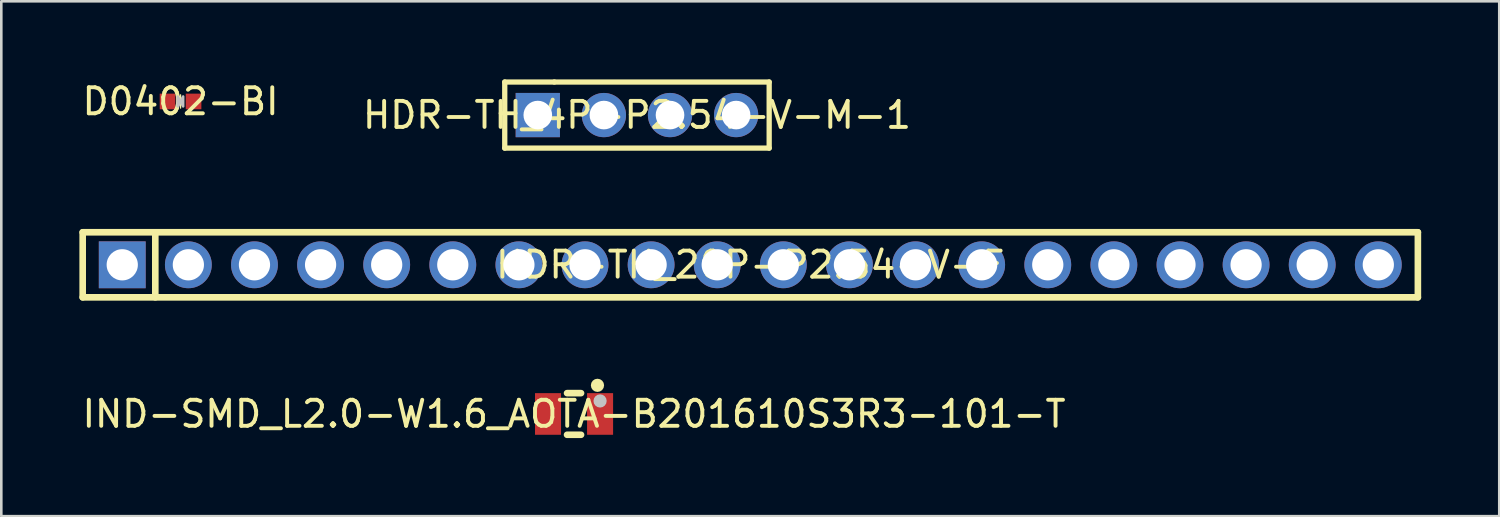
<source format=kicad_pcb>
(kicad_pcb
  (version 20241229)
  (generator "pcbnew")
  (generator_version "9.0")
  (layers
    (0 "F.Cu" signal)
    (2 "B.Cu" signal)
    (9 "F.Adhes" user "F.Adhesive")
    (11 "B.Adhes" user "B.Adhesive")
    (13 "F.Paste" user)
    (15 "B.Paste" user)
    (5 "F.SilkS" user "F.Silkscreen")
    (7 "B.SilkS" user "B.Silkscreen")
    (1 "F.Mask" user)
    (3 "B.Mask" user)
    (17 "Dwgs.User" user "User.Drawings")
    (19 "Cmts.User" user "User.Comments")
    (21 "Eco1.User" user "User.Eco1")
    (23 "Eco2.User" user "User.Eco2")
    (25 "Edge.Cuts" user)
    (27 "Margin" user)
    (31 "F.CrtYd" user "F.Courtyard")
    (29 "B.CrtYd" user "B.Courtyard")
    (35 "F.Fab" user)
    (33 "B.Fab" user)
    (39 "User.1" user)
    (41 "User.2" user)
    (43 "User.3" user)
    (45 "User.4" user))
  (footprint "IND-SMD_L2.0-W1.6_AOTA-B201610S3R3-101-T"
    (layer "F.Cu")
    (at 19.006 12.855)
    (property "Reference" "IND-SMD_L2.0-W1.6_AOTA-B201610S3R3-101-T" (at 0 0 0) (layer "F.SilkS") (effects (font (size 1 1) (thickness 0.15))))
    (fp_line (start -0.269 -0.8) (end 0.269 -0.8) (stroke (width 0.254) (type default)) (layer "F.SilkS"))
    (fp_line (start -0.269 0.8) (end 0.269 0.8) (stroke (width 0.254) (type default)) (layer "F.SilkS"))
    (fp_circle (center 0.9 -1.1) (end 1.027 -1.1) (stroke (width 0.254) (type default)) (fill no) (layer "F.SilkS"))
    (fp_circle (center 1 -0.5) (end 1.127 -0.5) (stroke (width 0.254) (type default)) (fill no) (layer "Dwgs.User"))
    (fp_poly (pts (xy -1 -0.8) (xy -0.4 -0.8) (xy -0.4 0.8) (xy -1 0.8)) (stroke (width 0.1) (type default)) (fill no) (layer "User.1"))
    (fp_poly (pts (xy 0.4 -0.8) (xy 1 -0.8) (xy 1 0.8) (xy 0.4 0.8)) (stroke (width 0.1) (type default)) (fill no) (layer "User.1"))
    (fp_line (start -1 -0.8) (end 1 -0.8) (stroke (width 0.051) (type default)) (layer "User.2"))
    (fp_line (start -1 0.8) (end -1 -0.8) (stroke (width 0.051) (type default)) (layer "User.2"))
    (fp_line (start 1 -0.8) (end 1 0.8) (stroke (width 0.051) (type default)) (layer "User.2"))
    (fp_line (start 1 0.8) (end -1 0.8) (stroke (width 0.051) (type default)) (layer "User.2"))
    (fp_poly (pts (xy -0.945 0.777) (xy -0.977 0.745) (xy -1.023 0.745) (xy -1.055 0.777) (xy -1.055 0.823) (xy -1.023 0.855) (xy -0.977 0.855) (xy -0.945 0.823)) (stroke (width 0.1) (type default)) (fill no) (layer "User.3"))
    (pad "1" smd rect (at -1 0) (size 1 1.6) (layers "F.Cu" "F.Mask" "F.Paste"))
    (pad "2" smd rect (at 1 0) (size 1 1.6) (layers "F.Cu" "F.Mask" "F.Paste")))
  (footprint "D0402-BI"
    (layer "F.Cu")
    (at 3.887 0.848)
    (property "Reference" "D0402-BI" (at 0 0 0) (layer "F.SilkS") (effects (font (size 1 1) (thickness 0.15))))
    (fp_line (start 0 -0.254) (end 0 0.254) (stroke (width 0.051) (type default)) (layer "F.SilkS"))
    (fp_poly (pts (xy 0 0) (xy 0.1 -0.19) (xy 0.1 0.19)) (stroke (width 0) (type default)) (fill yes) (layer "F.SilkS"))
    (fp_poly (pts (xy 0 0.01) (xy -0.11 0.19) (xy -0.11 0.01) (xy -0.11 -0.19)) (stroke (width 0) (type default)) (fill yes) (layer "F.SilkS"))
    (fp_poly (pts (xy -0.18 -0.225) (xy -0.18 0.226) (xy -0.25 0.276) (xy -0.73 0.276) (xy -0.78 0.226) (xy -0.78 -0.225) (xy -0.73 -0.275) (xy -0.25 -0.275)) (stroke (width 0) (type default)) (fill yes) (layer "F.Paste"))
    (fp_poly (pts (xy 0.78 -0.225) (xy 0.78 0.226) (xy 0.73 0.276) (xy 0.25 0.276) (xy 0.18 0.226) (xy 0.18 -0.225) (xy 0.25 -0.275) (xy 0.73 -0.275)) (stroke (width 0) (type default)) (fill yes) (layer "F.Paste"))
    (fp_poly (pts (xy 0 0) (xy 0.1 -0.19) (xy 0.1 0.19)) (stroke (width 0.1) (type default)) (fill no) (layer "Dwgs.User"))
    (fp_poly (pts (xy 0 0.01) (xy -0.11 0.19) (xy -0.11 0.01) (xy -0.11 -0.19)) (stroke (width 0.1) (type default)) (fill no) (layer "Dwgs.User"))
    (fp_poly (pts (xy -0.25 0.25) (xy -0.5 0.25) (xy -0.5 -0.25) (xy -0.25 -0.25)) (stroke (width 0.1) (type default)) (fill no) (layer "User.1"))
    (fp_poly (pts (xy 0.25 -0.25) (xy 0.5 -0.25) (xy 0.5 0.25) (xy 0.25 0.25)) (stroke (width 0.1) (type default)) (fill no) (layer "User.1"))
    (fp_line (start -0.5 -0.25) (end 0.5 -0.25) (stroke (width 0.051) (type default)) (layer "User.2"))
    (fp_line (start -0.5 0.25) (end -0.5 -0.25) (stroke (width 0.051) (type default)) (layer "User.2"))
    (fp_line (start 0.5 -0.25) (end 0.5 0.25) (stroke (width 0.051) (type default)) (layer "User.2"))
    (fp_line (start 0.5 0.25) (end -0.5 0.25) (stroke (width 0.051) (type default)) (layer "User.2"))
    (fp_poly (pts (xy -0.445 0.227) (xy -0.477 0.195) (xy -0.523 0.195) (xy -0.555 0.227) (xy -0.555 0.273) (xy -0.523 0.305) (xy -0.477 0.305) (xy -0.445 0.273)) (stroke (width 0.1) (type default)) (fill no) (layer "User.3"))
    (pad "1" smd rect (at -0.5 0) (size 0.6 0.6) (layers "F.Cu" "F.Mask" "F.Paste"))
    (pad "2" smd rect (at 0.5 0) (size 0.6 0.6) (layers "F.Cu" "F.Mask" "F.Paste")))
  (footprint "HDR-TH_20P-P2.54-V-F"
    (layer "F.Cu")
    (at 25.777 7.124)
    (property "Reference" "HDR-TH_20P-P2.54-V-F" (at 0 0 0) (layer "F.SilkS") (effects (font (size 1 1) (thickness 0.15))))
    (fp_line (start -25.65 -1.25) (end -25.65 1.25) (stroke (width 0.254) (type default)) (layer "F.SilkS"))
    (fp_line (start -25.65 1.25) (end 25.65 1.25) (stroke (width 0.254) (type default)) (layer "F.SilkS"))
    (fp_line (start -22.86 -1.25) (end -22.86 1.25) (stroke (width 0.254) (type default)) (layer "F.SilkS"))
    (fp_line (start 25.65 -1.25) (end -25.65 -1.25) (stroke (width 0.254) (type default)) (layer "F.SilkS"))
    (fp_line (start 25.65 1.25) (end 25.65 -1.25) (stroke (width 0.254) (type default)) (layer "F.SilkS"))
    (fp_poly (pts (xy -24.45 -0.2) (xy -23.81 -0.2) (xy -23.81 0.2) (xy -24.45 0.2)) (stroke (width 0.1) (type default)) (fill no) (layer "User.1"))
    (fp_poly (pts (xy -21.91 -0.2) (xy -21.27 -0.2) (xy -21.27 0.2) (xy -21.91 0.2)) (stroke (width 0.1) (type default)) (fill no) (layer "User.1"))
    (fp_poly (pts (xy -19.37 -0.2) (xy -18.73 -0.2) (xy -18.73 0.2) (xy -19.37 0.2)) (stroke (width 0.1) (type default)) (fill no) (layer "User.1"))
    (fp_poly (pts (xy -16.83 -0.2) (xy -16.19 -0.2) (xy -16.19 0.2) (xy -16.83 0.2)) (stroke (width 0.1) (type default)) (fill no) (layer "User.1"))
    (fp_poly (pts (xy -14.29 -0.2) (xy -13.65 -0.2) (xy -13.65 0.2) (xy -14.29 0.2)) (stroke (width 0.1) (type default)) (fill no) (layer "User.1"))
    (fp_poly (pts (xy -11.75 -0.2) (xy -11.11 -0.2) (xy -11.11 0.2) (xy -11.75 0.2)) (stroke (width 0.1) (type default)) (fill no) (layer "User.1"))
    (fp_poly (pts (xy -9.21 -0.2) (xy -8.57 -0.2) (xy -8.57 0.2) (xy -9.21 0.2)) (stroke (width 0.1) (type default)) (fill no) (layer "User.1"))
    (fp_poly (pts (xy -6.67 -0.2) (xy -6.03 -0.2) (xy -6.03 0.2) (xy -6.67 0.2)) (stroke (width 0.1) (type default)) (fill no) (layer "User.1"))
    (fp_poly (pts (xy -4.13 -0.2) (xy -3.49 -0.2) (xy -3.49 0.2) (xy -4.13 0.2)) (stroke (width 0.1) (type default)) (fill no) (layer "User.1"))
    (fp_poly (pts (xy -1.59 -0.2) (xy -0.95 -0.2) (xy -0.95 0.2) (xy -1.59 0.2)) (stroke (width 0.1) (type default)) (fill no) (layer "User.1"))
    (fp_poly (pts (xy 0.95 -0.2) (xy 1.59 -0.2) (xy 1.59 0.2) (xy 0.95 0.2)) (stroke (width 0.1) (type default)) (fill no) (layer "User.1"))
    (fp_poly (pts (xy 3.49 -0.2) (xy 4.13 -0.2) (xy 4.13 0.2) (xy 3.49 0.2)) (stroke (width 0.1) (type default)) (fill no) (layer "User.1"))
    (fp_poly (pts (xy 6.03 -0.2) (xy 6.67 -0.2) (xy 6.67 0.2) (xy 6.03 0.2)) (stroke (width 0.1) (type default)) (fill no) (layer "User.1"))
    (fp_poly (pts (xy 8.57 -0.2) (xy 9.21 -0.2) (xy 9.21 0.2) (xy 8.57 0.2)) (stroke (width 0.1) (type default)) (fill no) (layer "User.1"))
    (fp_poly (pts (xy 11.11 -0.2) (xy 11.75 -0.2) (xy 11.75 0.2) (xy 11.11 0.2)) (stroke (width 0.1) (type default)) (fill no) (layer "User.1"))
    (fp_poly (pts (xy 13.65 -0.2) (xy 14.29 -0.2) (xy 14.29 0.2) (xy 13.65 0.2)) (stroke (width 0.1) (type default)) (fill no) (layer "User.1"))
    (fp_poly (pts (xy 16.19 -0.2) (xy 16.83 -0.2) (xy 16.83 0.2) (xy 16.19 0.2)) (stroke (width 0.1) (type default)) (fill no) (layer "User.1"))
    (fp_poly (pts (xy 18.73 -0.2) (xy 19.37 -0.2) (xy 19.37 0.2) (xy 18.73 0.2)) (stroke (width 0.1) (type default)) (fill no) (layer "User.1"))
    (fp_poly (pts (xy 21.27 -0.2) (xy 21.91 -0.2) (xy 21.91 0.2) (xy 21.27 0.2)) (stroke (width 0.1) (type default)) (fill no) (layer "User.1"))
    (fp_poly (pts (xy 23.81 -0.2) (xy 24.45 -0.2) (xy 24.45 0.2) (xy 23.81 0.2)) (stroke (width 0.1) (type default)) (fill no) (layer "User.1"))
    (fp_line (start -25.65 -1.25) (end 25.65 -1.25) (stroke (width 0.051) (type default)) (layer "User.2"))
    (fp_line (start -25.65 1.25) (end -25.65 -1.25) (stroke (width 0.051) (type default)) (layer "User.2"))
    (fp_line (start 25.65 -1.25) (end 25.65 1.25) (stroke (width 0.051) (type default)) (layer "User.2"))
    (fp_line (start 25.65 1.25) (end -25.65 1.25) (stroke (width 0.051) (type default)) (layer "User.2"))
    (fp_poly (pts (xy -25.595 1.227) (xy -25.627 1.195) (xy -25.673 1.195) (xy -25.705 1.227) (xy -25.705 1.273) (xy -25.673 1.305) (xy -25.627 1.305) (xy -25.595 1.273)) (stroke (width 0.1) (type default)) (fill no) (layer "User.3"))
    (pad "1" thru_hole rect (at -24.13 0) (size 1.8 1.8) (drill 1.2) (layers "*.Cu" "*.Mask"))
    (pad "2" thru_hole circle (at -21.59 0) (size 1.8 1.8) (drill 1.2) (layers "*.Cu" "*.Mask"))
    (pad "3" thru_hole circle (at -19.05 0) (size 1.8 1.8) (drill 1.2) (layers "*.Cu" "*.Mask"))
    (pad "4" thru_hole circle (at -16.51 0) (size 1.8 1.8) (drill 1.2) (layers "*.Cu" "*.Mask"))
    (pad "5" thru_hole circle (at -13.97 0) (size 1.8 1.8) (drill 1.2) (layers "*.Cu" "*.Mask"))
    (pad "6" thru_hole circle (at -11.43 0) (size 1.8 1.8) (drill 1.2) (layers "*.Cu" "*.Mask"))
    (pad "7" thru_hole circle (at -8.89 0) (size 1.8 1.8) (drill 1.2) (layers "*.Cu" "*.Mask"))
    (pad "8" thru_hole circle (at -6.35 0) (size 1.8 1.8) (drill 1.2) (layers "*.Cu" "*.Mask"))
    (pad "9" thru_hole circle (at -3.81 0) (size 1.8 1.8) (drill 1.2) (layers "*.Cu" "*.Mask"))
    (pad "10" thru_hole circle (at -1.27 0) (size 1.8 1.8) (drill 1.2) (layers "*.Cu" "*.Mask"))
    (pad "11" thru_hole circle (at 1.27 0) (size 1.8 1.8) (drill 1.2) (layers "*.Cu" "*.Mask"))
    (pad "12" thru_hole circle (at 3.81 0) (size 1.8 1.8) (drill 1.2) (layers "*.Cu" "*.Mask"))
    (pad "13" thru_hole circle (at 6.35 0) (size 1.8 1.8) (drill 1.2) (layers "*.Cu" "*.Mask"))
    (pad "14" thru_hole circle (at 8.89 0) (size 1.8 1.8) (drill 1.2) (layers "*.Cu" "*.Mask"))
    (pad "15" thru_hole circle (at 11.43 0) (size 1.8 1.8) (drill 1.2) (layers "*.Cu" "*.Mask"))
    (pad "16" thru_hole circle (at 13.97 0) (size 1.8 1.8) (drill 1.2) (layers "*.Cu" "*.Mask"))
    (pad "17" thru_hole circle (at 16.51 0) (size 1.8 1.8) (drill 1.2) (layers "*.Cu" "*.Mask"))
    (pad "18" thru_hole circle (at 19.05 0) (size 1.8 1.8) (drill 1.2) (layers "*.Cu" "*.Mask"))
    (pad "19" thru_hole circle (at 21.59 0) (size 1.8 1.8) (drill 1.2) (layers "*.Cu" "*.Mask"))
    (pad "20" thru_hole circle (at 24.13 0) (size 1.8 1.8) (drill 1.2) (layers "*.Cu" "*.Mask")))
  (footprint "HDR-TH_4P-P2.54-V-M-1"
    (layer "F.Cu")
    (at 21.423 1.371)
    (property "Reference" "HDR-TH_4P-P2.54-V-M-1" (at 0 0 0) (layer "F.SilkS") (effects (font (size 1 1) (thickness 0.15))))
    (fp_line (start -5.08 -1.27) (end -3.175 -1.27) (stroke (width 0.203) (type default)) (layer "F.SilkS"))
    (fp_line (start -5.08 1.27) (end -5.08 -1.27) (stroke (width 0.203) (type default)) (layer "F.SilkS"))
    (fp_line (start 5.08 -1.27) (end -3.175 -1.27) (stroke (width 0.203) (type default)) (layer "F.SilkS"))
    (fp_line (start 5.08 -1.27) (end 5.08 1.27) (stroke (width 0.203) (type default)) (layer "F.SilkS"))
    (fp_line (start 5.08 1.27) (end -5.08 1.27) (stroke (width 0.203) (type default)) (layer "F.SilkS"))
    (fp_poly (pts (xy -4.13 -0.32) (xy -3.49 -0.32) (xy -3.49 0.32) (xy -4.13 0.32)) (stroke (width 0.1) (type default)) (fill no) (layer "User.1"))
    (fp_poly (pts (xy -1.59 -0.32) (xy -0.95 -0.32) (xy -0.95 0.32) (xy -1.59 0.32)) (stroke (width 0.1) (type default)) (fill no) (layer "User.1"))
    (fp_poly (pts (xy 0.95 -0.32) (xy 1.59 -0.32) (xy 1.59 0.32) (xy 0.95 0.32)) (stroke (width 0.1) (type default)) (fill no) (layer "User.1"))
    (fp_poly (pts (xy 3.49 -0.32) (xy 4.13 -0.32) (xy 4.13 0.32) (xy 3.49 0.32)) (stroke (width 0.1) (type default)) (fill no) (layer "User.1"))
    (fp_line (start -5.08 -0.97) (end -4.78 -1.27) (stroke (width 0.051) (type default)) (layer "User.2"))
    (fp_line (start -5.08 0.97) (end -5.08 -0.97) (stroke (width 0.051) (type default)) (layer "User.2"))
    (fp_line (start -4.78 -1.27) (end 4.78 -1.27) (stroke (width 0.051) (type default)) (layer "User.2"))
    (fp_line (start -4.78 1.27) (end -5.08 0.97) (stroke (width 0.051) (type default)) (layer "User.2"))
    (fp_line (start 4.78 -1.27) (end 5.08 -0.97) (stroke (width 0.051) (type default)) (layer "User.2"))
    (fp_line (start 4.78 1.27) (end -4.78 1.27) (stroke (width 0.051) (type default)) (layer "User.2"))
    (fp_line (start 5.08 -0.97) (end 5.08 0.97) (stroke (width 0.051) (type default)) (layer "User.2"))
    (fp_line (start 5.08 0.97) (end 4.78 1.27) (stroke (width 0.051) (type default)) (layer "User.2"))
    (fp_poly (pts (xy -5.025 1.247) (xy -5.057 1.215) (xy -5.103 1.215) (xy -5.135 1.247) (xy -5.135 1.293) (xy -5.103 1.325) (xy -5.057 1.325) (xy -5.025 1.293)) (stroke (width 0.1) (type default)) (fill no) (layer "User.3"))
    (pad "1" thru_hole rect (at -3.81 0) (size 1.7 1.7) (drill 1.1) (layers "*.Cu" "*.Mask"))
    (pad "2" thru_hole circle (at -1.27 0) (size 1.7 1.7) (drill 1.1) (layers "*.Cu" "*.Mask"))
    (pad "3" thru_hole circle (at 1.27 0) (size 1.7 1.7) (drill 1.1) (layers "*.Cu" "*.Mask"))
    (pad "4" thru_hole circle (at 3.81 0) (size 1.7 1.7) (drill 1.1) (layers "*.Cu" "*.Mask")))
  (gr_rect
    (start -3 -3)
    (end 54.554 16.782)
    (stroke (width 0.1) (type default))
    (fill no)
    (layer "Edge.Cuts")))
</source>
